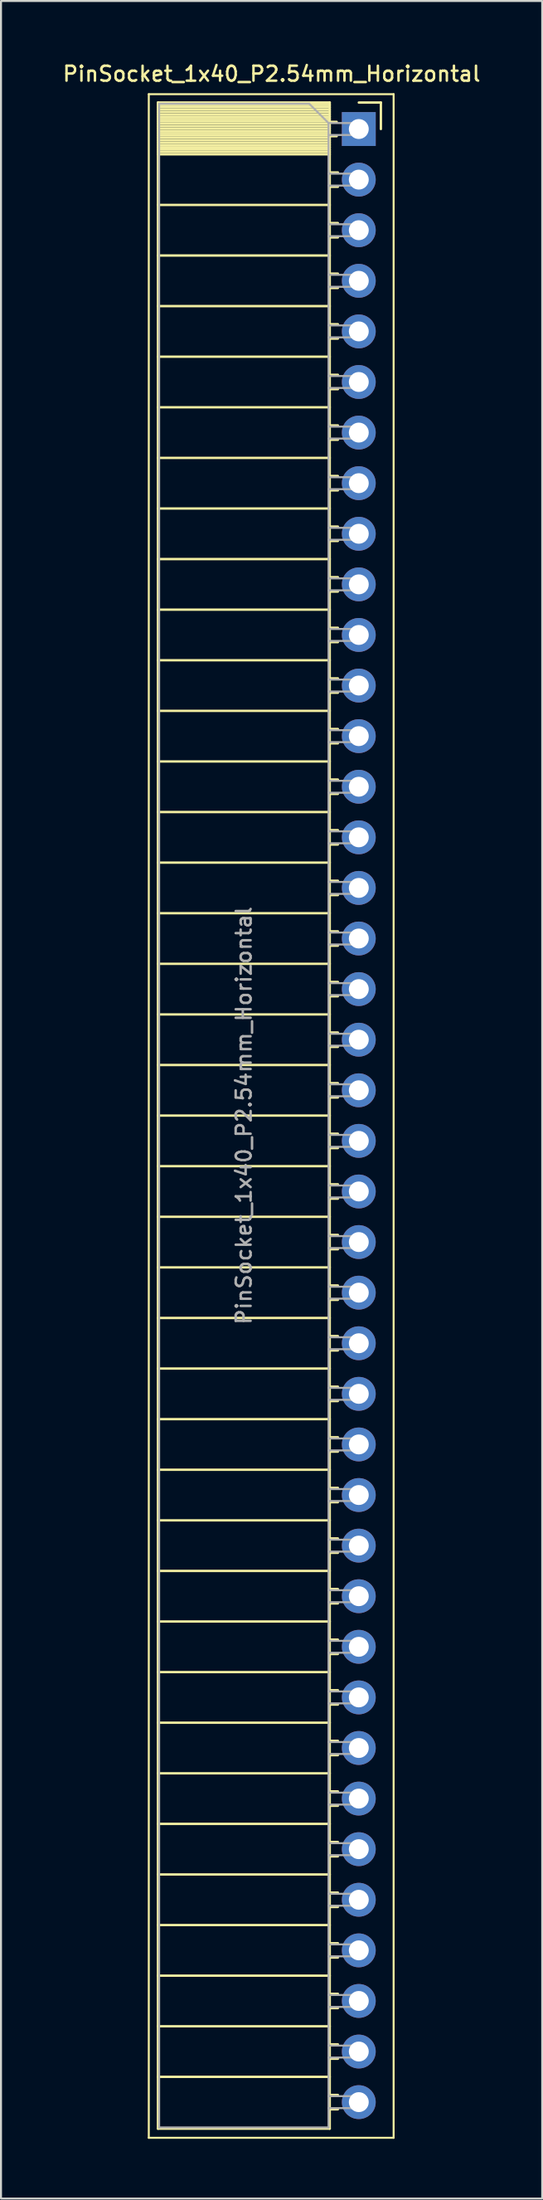
<source format=kicad_pcb>
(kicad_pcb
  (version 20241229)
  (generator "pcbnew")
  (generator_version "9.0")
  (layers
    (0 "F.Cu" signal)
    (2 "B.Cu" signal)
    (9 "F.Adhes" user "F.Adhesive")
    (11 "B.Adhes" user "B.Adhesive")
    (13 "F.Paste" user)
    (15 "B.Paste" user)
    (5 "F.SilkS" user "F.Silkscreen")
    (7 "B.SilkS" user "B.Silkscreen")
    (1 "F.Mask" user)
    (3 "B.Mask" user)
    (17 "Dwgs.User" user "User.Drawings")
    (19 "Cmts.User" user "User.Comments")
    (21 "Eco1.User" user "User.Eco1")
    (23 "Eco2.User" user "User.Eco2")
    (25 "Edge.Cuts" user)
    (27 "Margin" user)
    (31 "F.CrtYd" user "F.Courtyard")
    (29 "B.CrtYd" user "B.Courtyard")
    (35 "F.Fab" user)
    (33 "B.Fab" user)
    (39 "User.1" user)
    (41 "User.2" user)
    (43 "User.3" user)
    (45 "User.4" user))
  (footprint "PinSocket_1x40_P2.54mm_Horizontal"
    (layer "F.Cu")
    (at 14.975 3.428)
    (property "Reference" "PinSocket_1x40_P2.54mm_Horizontal" (at -4.38 -2.77 0) (layer "F.SilkS") (effects (font (size 0.75 0.75) (thickness 0.125))))
    (attr through_hole)
    (fp_line (start -10.55 -1.75) (end -10.55 100.85) (stroke (width 0.1) (type solid)) (layer "F.SilkS"))
    (fp_line (start -10.55 100.85) (end 1.75 100.85) (stroke (width 0.1) (type solid)) (layer "F.SilkS"))
    (fp_line (start -10.09 -1.33) (end -10.09 100.39) (stroke (width 0.12) (type solid)) (layer "F.SilkS"))
    (fp_line (start -10.09 -1.33) (end -1.46 -1.33) (stroke (width 0.12) (type solid)) (layer "F.SilkS"))
    (fp_line (start -10.09 -1.21) (end -1.46 -1.21) (stroke (width 0.12) (type solid)) (layer "F.SilkS"))
    (fp_line (start -10.09 -1.092) (end -1.46 -1.092) (stroke (width 0.12) (type solid)) (layer "F.SilkS"))
    (fp_line (start -10.09 -0.974) (end -1.46 -0.974) (stroke (width 0.12) (type solid)) (layer "F.SilkS"))
    (fp_line (start -10.09 -0.856) (end -1.46 -0.856) (stroke (width 0.12) (type solid)) (layer "F.SilkS"))
    (fp_line (start -10.09 -0.738) (end -1.46 -0.738) (stroke (width 0.12) (type solid)) (layer "F.SilkS"))
    (fp_line (start -10.09 -0.62) (end -1.46 -0.62) (stroke (width 0.12) (type solid)) (layer "F.SilkS"))
    (fp_line (start -10.09 -0.501) (end -1.46 -0.501) (stroke (width 0.12) (type solid)) (layer "F.SilkS"))
    (fp_line (start -10.09 -0.383) (end -1.46 -0.383) (stroke (width 0.12) (type solid)) (layer "F.SilkS"))
    (fp_line (start -10.09 -0.265) (end -1.46 -0.265) (stroke (width 0.12) (type solid)) (layer "F.SilkS"))
    (fp_line (start -10.09 -0.147) (end -1.46 -0.147) (stroke (width 0.12) (type solid)) (layer "F.SilkS"))
    (fp_line (start -10.09 -0.029) (end -1.46 -0.029) (stroke (width 0.12) (type solid)) (layer "F.SilkS"))
    (fp_line (start -10.09 0.089) (end -1.46 0.089) (stroke (width 0.12) (type solid)) (layer "F.SilkS"))
    (fp_line (start -10.09 0.207) (end -1.46 0.207) (stroke (width 0.12) (type solid)) (layer "F.SilkS"))
    (fp_line (start -10.09 0.325) (end -1.46 0.325) (stroke (width 0.12) (type solid)) (layer "F.SilkS"))
    (fp_line (start -10.09 0.443) (end -1.46 0.443) (stroke (width 0.12) (type solid)) (layer "F.SilkS"))
    (fp_line (start -10.09 0.561) (end -1.46 0.561) (stroke (width 0.12) (type solid)) (layer "F.SilkS"))
    (fp_line (start -10.09 0.68) (end -1.46 0.68) (stroke (width 0.12) (type solid)) (layer "F.SilkS"))
    (fp_line (start -10.09 0.798) (end -1.46 0.798) (stroke (width 0.12) (type solid)) (layer "F.SilkS"))
    (fp_line (start -10.09 0.916) (end -1.46 0.916) (stroke (width 0.12) (type solid)) (layer "F.SilkS"))
    (fp_line (start -10.09 1.034) (end -1.46 1.034) (stroke (width 0.12) (type solid)) (layer "F.SilkS"))
    (fp_line (start -10.09 1.152) (end -1.46 1.152) (stroke (width 0.12) (type solid)) (layer "F.SilkS"))
    (fp_line (start -10.09 1.27) (end -1.46 1.27) (stroke (width 0.12) (type solid)) (layer "F.SilkS"))
    (fp_line (start -10.09 3.81) (end -1.46 3.81) (stroke (width 0.12) (type solid)) (layer "F.SilkS"))
    (fp_line (start -10.09 6.35) (end -1.46 6.35) (stroke (width 0.12) (type solid)) (layer "F.SilkS"))
    (fp_line (start -10.09 8.89) (end -1.46 8.89) (stroke (width 0.12) (type solid)) (layer "F.SilkS"))
    (fp_line (start -10.09 11.43) (end -1.46 11.43) (stroke (width 0.12) (type solid)) (layer "F.SilkS"))
    (fp_line (start -10.09 13.97) (end -1.46 13.97) (stroke (width 0.12) (type solid)) (layer "F.SilkS"))
    (fp_line (start -10.09 16.51) (end -1.46 16.51) (stroke (width 0.12) (type solid)) (layer "F.SilkS"))
    (fp_line (start -10.09 19.05) (end -1.46 19.05) (stroke (width 0.12) (type solid)) (layer "F.SilkS"))
    (fp_line (start -10.09 21.59) (end -1.46 21.59) (stroke (width 0.12) (type solid)) (layer "F.SilkS"))
    (fp_line (start -10.09 24.13) (end -1.46 24.13) (stroke (width 0.12) (type solid)) (layer "F.SilkS"))
    (fp_line (start -10.09 26.67) (end -1.46 26.67) (stroke (width 0.12) (type solid)) (layer "F.SilkS"))
    (fp_line (start -10.09 29.21) (end -1.46 29.21) (stroke (width 0.12) (type solid)) (layer "F.SilkS"))
    (fp_line (start -10.09 31.75) (end -1.46 31.75) (stroke (width 0.12) (type solid)) (layer "F.SilkS"))
    (fp_line (start -10.09 34.29) (end -1.46 34.29) (stroke (width 0.12) (type solid)) (layer "F.SilkS"))
    (fp_line (start -10.09 36.83) (end -1.46 36.83) (stroke (width 0.12) (type solid)) (layer "F.SilkS"))
    (fp_line (start -10.09 39.37) (end -1.46 39.37) (stroke (width 0.12) (type solid)) (layer "F.SilkS"))
    (fp_line (start -10.09 41.91) (end -1.46 41.91) (stroke (width 0.12) (type solid)) (layer "F.SilkS"))
    (fp_line (start -10.09 44.45) (end -1.46 44.45) (stroke (width 0.12) (type solid)) (layer "F.SilkS"))
    (fp_line (start -10.09 46.99) (end -1.46 46.99) (stroke (width 0.12) (type solid)) (layer "F.SilkS"))
    (fp_line (start -10.09 49.53) (end -1.46 49.53) (stroke (width 0.12) (type solid)) (layer "F.SilkS"))
    (fp_line (start -10.09 52.07) (end -1.46 52.07) (stroke (width 0.12) (type solid)) (layer "F.SilkS"))
    (fp_line (start -10.09 54.61) (end -1.46 54.61) (stroke (width 0.12) (type solid)) (layer "F.SilkS"))
    (fp_line (start -10.09 57.15) (end -1.46 57.15) (stroke (width 0.12) (type solid)) (layer "F.SilkS"))
    (fp_line (start -10.09 59.69) (end -1.46 59.69) (stroke (width 0.12) (type solid)) (layer "F.SilkS"))
    (fp_line (start -10.09 62.23) (end -1.46 62.23) (stroke (width 0.12) (type solid)) (layer "F.SilkS"))
    (fp_line (start -10.09 64.77) (end -1.46 64.77) (stroke (width 0.12) (type solid)) (layer "F.SilkS"))
    (fp_line (start -10.09 67.31) (end -1.46 67.31) (stroke (width 0.12) (type solid)) (layer "F.SilkS"))
    (fp_line (start -10.09 69.85) (end -1.46 69.85) (stroke (width 0.12) (type solid)) (layer "F.SilkS"))
    (fp_line (start -10.09 72.39) (end -1.46 72.39) (stroke (width 0.12) (type solid)) (layer "F.SilkS"))
    (fp_line (start -10.09 74.93) (end -1.46 74.93) (stroke (width 0.12) (type solid)) (layer "F.SilkS"))
    (fp_line (start -10.09 77.47) (end -1.46 77.47) (stroke (width 0.12) (type solid)) (layer "F.SilkS"))
    (fp_line (start -10.09 80.01) (end -1.46 80.01) (stroke (width 0.12) (type solid)) (layer "F.SilkS"))
    (fp_line (start -10.09 82.55) (end -1.46 82.55) (stroke (width 0.12) (type solid)) (layer "F.SilkS"))
    (fp_line (start -10.09 85.09) (end -1.46 85.09) (stroke (width 0.12) (type solid)) (layer "F.SilkS"))
    (fp_line (start -10.09 87.63) (end -1.46 87.63) (stroke (width 0.12) (type solid)) (layer "F.SilkS"))
    (fp_line (start -10.09 90.17) (end -1.46 90.17) (stroke (width 0.12) (type solid)) (layer "F.SilkS"))
    (fp_line (start -10.09 92.71) (end -1.46 92.71) (stroke (width 0.12) (type solid)) (layer "F.SilkS"))
    (fp_line (start -10.09 95.25) (end -1.46 95.25) (stroke (width 0.12) (type solid)) (layer "F.SilkS"))
    (fp_line (start -10.09 97.79) (end -1.46 97.79) (stroke (width 0.12) (type solid)) (layer "F.SilkS"))
    (fp_line (start -10.09 100.39) (end -1.46 100.39) (stroke (width 0.12) (type solid)) (layer "F.SilkS"))
    (fp_line (start -1.46 -1.33) (end -1.46 100.39) (stroke (width 0.12) (type solid)) (layer "F.SilkS"))
    (fp_line (start -1.46 -0.36) (end -1.11 -0.36) (stroke (width 0.12) (type solid)) (layer "F.SilkS"))
    (fp_line (start -1.46 0.36) (end -1.11 0.36) (stroke (width 0.12) (type solid)) (layer "F.SilkS"))
    (fp_line (start -1.46 2.18) (end -1.05 2.18) (stroke (width 0.12) (type solid)) (layer "F.SilkS"))
    (fp_line (start -1.46 2.9) (end -1.05 2.9) (stroke (width 0.12) (type solid)) (layer "F.SilkS"))
    (fp_line (start -1.46 4.72) (end -1.05 4.72) (stroke (width 0.12) (type solid)) (layer "F.SilkS"))
    (fp_line (start -1.46 5.44) (end -1.05 5.44) (stroke (width 0.12) (type solid)) (layer "F.SilkS"))
    (fp_line (start -1.46 7.26) (end -1.05 7.26) (stroke (width 0.12) (type solid)) (layer "F.SilkS"))
    (fp_line (start -1.46 7.98) (end -1.05 7.98) (stroke (width 0.12) (type solid)) (layer "F.SilkS"))
    (fp_line (start -1.46 9.8) (end -1.05 9.8) (stroke (width 0.12) (type solid)) (layer "F.SilkS"))
    (fp_line (start -1.46 10.52) (end -1.05 10.52) (stroke (width 0.12) (type solid)) (layer "F.SilkS"))
    (fp_line (start -1.46 12.34) (end -1.05 12.34) (stroke (width 0.12) (type solid)) (layer "F.SilkS"))
    (fp_line (start -1.46 13.06) (end -1.05 13.06) (stroke (width 0.12) (type solid)) (layer "F.SilkS"))
    (fp_line (start -1.46 14.88) (end -1.05 14.88) (stroke (width 0.12) (type solid)) (layer "F.SilkS"))
    (fp_line (start -1.46 15.6) (end -1.05 15.6) (stroke (width 0.12) (type solid)) (layer "F.SilkS"))
    (fp_line (start -1.46 17.42) (end -1.05 17.42) (stroke (width 0.12) (type solid)) (layer "F.SilkS"))
    (fp_line (start -1.46 18.14) (end -1.05 18.14) (stroke (width 0.12) (type solid)) (layer "F.SilkS"))
    (fp_line (start -1.46 19.96) (end -1.05 19.96) (stroke (width 0.12) (type solid)) (layer "F.SilkS"))
    (fp_line (start -1.46 20.68) (end -1.05 20.68) (stroke (width 0.12) (type solid)) (layer "F.SilkS"))
    (fp_line (start -1.46 22.5) (end -1.05 22.5) (stroke (width 0.12) (type solid)) (layer "F.SilkS"))
    (fp_line (start -1.46 23.22) (end -1.05 23.22) (stroke (width 0.12) (type solid)) (layer "F.SilkS"))
    (fp_line (start -1.46 25.04) (end -1.05 25.04) (stroke (width 0.12) (type solid)) (layer "F.SilkS"))
    (fp_line (start -1.46 25.76) (end -1.05 25.76) (stroke (width 0.12) (type solid)) (layer "F.SilkS"))
    (fp_line (start -1.46 27.58) (end -1.05 27.58) (stroke (width 0.12) (type solid)) (layer "F.SilkS"))
    (fp_line (start -1.46 28.3) (end -1.05 28.3) (stroke (width 0.12) (type solid)) (layer "F.SilkS"))
    (fp_line (start -1.46 30.12) (end -1.05 30.12) (stroke (width 0.12) (type solid)) (layer "F.SilkS"))
    (fp_line (start -1.46 30.84) (end -1.05 30.84) (stroke (width 0.12) (type solid)) (layer "F.SilkS"))
    (fp_line (start -1.46 32.66) (end -1.05 32.66) (stroke (width 0.12) (type solid)) (layer "F.SilkS"))
    (fp_line (start -1.46 33.38) (end -1.05 33.38) (stroke (width 0.12) (type solid)) (layer "F.SilkS"))
    (fp_line (start -1.46 35.2) (end -1.05 35.2) (stroke (width 0.12) (type solid)) (layer "F.SilkS"))
    (fp_line (start -1.46 35.92) (end -1.05 35.92) (stroke (width 0.12) (type solid)) (layer "F.SilkS"))
    (fp_line (start -1.46 37.74) (end -1.05 37.74) (stroke (width 0.12) (type solid)) (layer "F.SilkS"))
    (fp_line (start -1.46 38.46) (end -1.05 38.46) (stroke (width 0.12) (type solid)) (layer "F.SilkS"))
    (fp_line (start -1.46 40.28) (end -1.05 40.28) (stroke (width 0.12) (type solid)) (layer "F.SilkS"))
    (fp_line (start -1.46 41) (end -1.05 41) (stroke (width 0.12) (type solid)) (layer "F.SilkS"))
    (fp_line (start -1.46 42.82) (end -1.05 42.82) (stroke (width 0.12) (type solid)) (layer "F.SilkS"))
    (fp_line (start -1.46 43.54) (end -1.05 43.54) (stroke (width 0.12) (type solid)) (layer "F.SilkS"))
    (fp_line (start -1.46 45.36) (end -1.05 45.36) (stroke (width 0.12) (type solid)) (layer "F.SilkS"))
    (fp_line (start -1.46 46.08) (end -1.05 46.08) (stroke (width 0.12) (type solid)) (layer "F.SilkS"))
    (fp_line (start -1.46 47.9) (end -1.05 47.9) (stroke (width 0.12) (type solid)) (layer "F.SilkS"))
    (fp_line (start -1.46 48.62) (end -1.05 48.62) (stroke (width 0.12) (type solid)) (layer "F.SilkS"))
    (fp_line (start -1.46 50.44) (end -1.05 50.44) (stroke (width 0.12) (type solid)) (layer "F.SilkS"))
    (fp_line (start -1.46 51.16) (end -1.05 51.16) (stroke (width 0.12) (type solid)) (layer "F.SilkS"))
    (fp_line (start -1.46 52.98) (end -1.05 52.98) (stroke (width 0.12) (type solid)) (layer "F.SilkS"))
    (fp_line (start -1.46 53.7) (end -1.05 53.7) (stroke (width 0.12) (type solid)) (layer "F.SilkS"))
    (fp_line (start -1.46 55.52) (end -1.05 55.52) (stroke (width 0.12) (type solid)) (layer "F.SilkS"))
    (fp_line (start -1.46 56.24) (end -1.05 56.24) (stroke (width 0.12) (type solid)) (layer "F.SilkS"))
    (fp_line (start -1.46 58.06) (end -1.05 58.06) (stroke (width 0.12) (type solid)) (layer "F.SilkS"))
    (fp_line (start -1.46 58.78) (end -1.05 58.78) (stroke (width 0.12) (type solid)) (layer "F.SilkS"))
    (fp_line (start -1.46 60.6) (end -1.05 60.6) (stroke (width 0.12) (type solid)) (layer "F.SilkS"))
    (fp_line (start -1.46 61.32) (end -1.05 61.32) (stroke (width 0.12) (type solid)) (layer "F.SilkS"))
    (fp_line (start -1.46 63.14) (end -1.05 63.14) (stroke (width 0.12) (type solid)) (layer "F.SilkS"))
    (fp_line (start -1.46 63.86) (end -1.05 63.86) (stroke (width 0.12) (type solid)) (layer "F.SilkS"))
    (fp_line (start -1.46 65.68) (end -1.05 65.68) (stroke (width 0.12) (type solid)) (layer "F.SilkS"))
    (fp_line (start -1.46 66.4) (end -1.05 66.4) (stroke (width 0.12) (type solid)) (layer "F.SilkS"))
    (fp_line (start -1.46 68.22) (end -1.05 68.22) (stroke (width 0.12) (type solid)) (layer "F.SilkS"))
    (fp_line (start -1.46 68.94) (end -1.05 68.94) (stroke (width 0.12) (type solid)) (layer "F.SilkS"))
    (fp_line (start -1.46 70.76) (end -1.05 70.76) (stroke (width 0.12) (type solid)) (layer "F.SilkS"))
    (fp_line (start -1.46 71.48) (end -1.05 71.48) (stroke (width 0.12) (type solid)) (layer "F.SilkS"))
    (fp_line (start -1.46 73.3) (end -1.05 73.3) (stroke (width 0.12) (type solid)) (layer "F.SilkS"))
    (fp_line (start -1.46 74.02) (end -1.05 74.02) (stroke (width 0.12) (type solid)) (layer "F.SilkS"))
    (fp_line (start -1.46 75.84) (end -1.05 75.84) (stroke (width 0.12) (type solid)) (layer "F.SilkS"))
    (fp_line (start -1.46 76.56) (end -1.05 76.56) (stroke (width 0.12) (type solid)) (layer "F.SilkS"))
    (fp_line (start -1.46 78.38) (end -1.05 78.38) (stroke (width 0.12) (type solid)) (layer "F.SilkS"))
    (fp_line (start -1.46 79.1) (end -1.05 79.1) (stroke (width 0.12) (type solid)) (layer "F.SilkS"))
    (fp_line (start -1.46 80.92) (end -1.05 80.92) (stroke (width 0.12) (type solid)) (layer "F.SilkS"))
    (fp_line (start -1.46 81.64) (end -1.05 81.64) (stroke (width 0.12) (type solid)) (layer "F.SilkS"))
    (fp_line (start -1.46 83.46) (end -1.05 83.46) (stroke (width 0.12) (type solid)) (layer "F.SilkS"))
    (fp_line (start -1.46 84.18) (end -1.05 84.18) (stroke (width 0.12) (type solid)) (layer "F.SilkS"))
    (fp_line (start -1.46 86) (end -1.05 86) (stroke (width 0.12) (type solid)) (layer "F.SilkS"))
    (fp_line (start -1.46 86.72) (end -1.05 86.72) (stroke (width 0.12) (type solid)) (layer "F.SilkS"))
    (fp_line (start -1.46 88.54) (end -1.05 88.54) (stroke (width 0.12) (type solid)) (layer "F.SilkS"))
    (fp_line (start -1.46 89.26) (end -1.05 89.26) (stroke (width 0.12) (type solid)) (layer "F.SilkS"))
    (fp_line (start -1.46 91.08) (end -1.05 91.08) (stroke (width 0.12) (type solid)) (layer "F.SilkS"))
    (fp_line (start -1.46 91.8) (end -1.05 91.8) (stroke (width 0.12) (type solid)) (layer "F.SilkS"))
    (fp_line (start -1.46 93.62) (end -1.05 93.62) (stroke (width 0.12) (type solid)) (layer "F.SilkS"))
    (fp_line (start -1.46 94.34) (end -1.05 94.34) (stroke (width 0.12) (type solid)) (layer "F.SilkS"))
    (fp_line (start -1.46 96.16) (end -1.05 96.16) (stroke (width 0.12) (type solid)) (layer "F.SilkS"))
    (fp_line (start -1.46 96.88) (end -1.05 96.88) (stroke (width 0.12) (type solid)) (layer "F.SilkS"))
    (fp_line (start -1.46 98.7) (end -1.05 98.7) (stroke (width 0.12) (type solid)) (layer "F.SilkS"))
    (fp_line (start -1.46 99.42) (end -1.05 99.42) (stroke (width 0.12) (type solid)) (layer "F.SilkS"))
    (fp_line (start 0 -1.33) (end 1.11 -1.33) (stroke (width 0.12) (type solid)) (layer "F.SilkS"))
    (fp_line (start 1.11 -1.33) (end 1.11 0) (stroke (width 0.12) (type solid)) (layer "F.SilkS"))
    (fp_line (start 1.75 -1.75) (end -10.55 -1.75) (stroke (width 0.1) (type solid)) (layer "F.SilkS"))
    (fp_line (start 1.75 100.85) (end 1.75 -1.75) (stroke (width 0.1) (type solid)) (layer "F.SilkS"))
    (fp_line (start -10.03 -1.27) (end -2.49 -1.27) (stroke (width 0.1) (type solid)) (layer "F.Fab"))
    (fp_line (start -10.03 100.33) (end -10.03 -1.27) (stroke (width 0.1) (type solid)) (layer "F.Fab"))
    (fp_line (start -2.49 -1.27) (end -1.52 -0.3) (stroke (width 0.1) (type solid)) (layer "F.Fab"))
    (fp_line (start -1.52 -0.3) (end -1.52 100.33) (stroke (width 0.1) (type solid)) (layer "F.Fab"))
    (fp_line (start -1.52 0.3) (end 0 0.3) (stroke (width 0.1) (type solid)) (layer "F.Fab"))
    (fp_line (start -1.52 2.84) (end 0 2.84) (stroke (width 0.1) (type solid)) (layer "F.Fab"))
    (fp_line (start -1.52 5.38) (end 0 5.38) (stroke (width 0.1) (type solid)) (layer "F.Fab"))
    (fp_line (start -1.52 7.92) (end 0 7.92) (stroke (width 0.1) (type solid)) (layer "F.Fab"))
    (fp_line (start -1.52 10.46) (end 0 10.46) (stroke (width 0.1) (type solid)) (layer "F.Fab"))
    (fp_line (start -1.52 13) (end 0 13) (stroke (width 0.1) (type solid)) (layer "F.Fab"))
    (fp_line (start -1.52 15.54) (end 0 15.54) (stroke (width 0.1) (type solid)) (layer "F.Fab"))
    (fp_line (start -1.52 18.08) (end 0 18.08) (stroke (width 0.1) (type solid)) (layer "F.Fab"))
    (fp_line (start -1.52 20.62) (end 0 20.62) (stroke (width 0.1) (type solid)) (layer "F.Fab"))
    (fp_line (start -1.52 23.16) (end 0 23.16) (stroke (width 0.1) (type solid)) (layer "F.Fab"))
    (fp_line (start -1.52 25.7) (end 0 25.7) (stroke (width 0.1) (type solid)) (layer "F.Fab"))
    (fp_line (start -1.52 28.24) (end 0 28.24) (stroke (width 0.1) (type solid)) (layer "F.Fab"))
    (fp_line (start -1.52 30.78) (end 0 30.78) (stroke (width 0.1) (type solid)) (layer "F.Fab"))
    (fp_line (start -1.52 33.32) (end 0 33.32) (stroke (width 0.1) (type solid)) (layer "F.Fab"))
    (fp_line (start -1.52 35.86) (end 0 35.86) (stroke (width 0.1) (type solid)) (layer "F.Fab"))
    (fp_line (start -1.52 38.4) (end 0 38.4) (stroke (width 0.1) (type solid)) (layer "F.Fab"))
    (fp_line (start -1.52 40.94) (end 0 40.94) (stroke (width 0.1) (type solid)) (layer "F.Fab"))
    (fp_line (start -1.52 43.48) (end 0 43.48) (stroke (width 0.1) (type solid)) (layer "F.Fab"))
    (fp_line (start -1.52 46.02) (end 0 46.02) (stroke (width 0.1) (type solid)) (layer "F.Fab"))
    (fp_line (start -1.52 48.56) (end 0 48.56) (stroke (width 0.1) (type solid)) (layer "F.Fab"))
    (fp_line (start -1.52 51.1) (end 0 51.1) (stroke (width 0.1) (type solid)) (layer "F.Fab"))
    (fp_line (start -1.52 53.64) (end 0 53.64) (stroke (width 0.1) (type solid)) (layer "F.Fab"))
    (fp_line (start -1.52 56.18) (end 0 56.18) (stroke (width 0.1) (type solid)) (layer "F.Fab"))
    (fp_line (start -1.52 58.72) (end 0 58.72) (stroke (width 0.1) (type solid)) (layer "F.Fab"))
    (fp_line (start -1.52 61.26) (end 0 61.26) (stroke (width 0.1) (type solid)) (layer "F.Fab"))
    (fp_line (start -1.52 63.8) (end 0 63.8) (stroke (width 0.1) (type solid)) (layer "F.Fab"))
    (fp_line (start -1.52 66.34) (end 0 66.34) (stroke (width 0.1) (type solid)) (layer "F.Fab"))
    (fp_line (start -1.52 68.88) (end 0 68.88) (stroke (width 0.1) (type solid)) (layer "F.Fab"))
    (fp_line (start -1.52 71.42) (end 0 71.42) (stroke (width 0.1) (type solid)) (layer "F.Fab"))
    (fp_line (start -1.52 73.96) (end 0 73.96) (stroke (width 0.1) (type solid)) (layer "F.Fab"))
    (fp_line (start -1.52 76.5) (end 0 76.5) (stroke (width 0.1) (type solid)) (layer "F.Fab"))
    (fp_line (start -1.52 79.04) (end 0 79.04) (stroke (width 0.1) (type solid)) (layer "F.Fab"))
    (fp_line (start -1.52 81.58) (end 0 81.58) (stroke (width 0.1) (type solid)) (layer "F.Fab"))
    (fp_line (start -1.52 84.12) (end 0 84.12) (stroke (width 0.1) (type solid)) (layer "F.Fab"))
    (fp_line (start -1.52 86.66) (end 0 86.66) (stroke (width 0.1) (type solid)) (layer "F.Fab"))
    (fp_line (start -1.52 89.2) (end 0 89.2) (stroke (width 0.1) (type solid)) (layer "F.Fab"))
    (fp_line (start -1.52 91.74) (end 0 91.74) (stroke (width 0.1) (type solid)) (layer "F.Fab"))
    (fp_line (start -1.52 94.28) (end 0 94.28) (stroke (width 0.1) (type solid)) (layer "F.Fab"))
    (fp_line (start -1.52 96.82) (end 0 96.82) (stroke (width 0.1) (type solid)) (layer "F.Fab"))
    (fp_line (start -1.52 99.36) (end 0 99.36) (stroke (width 0.1) (type solid)) (layer "F.Fab"))
    (fp_line (start -1.52 100.33) (end -10.03 100.33) (stroke (width 0.1) (type solid)) (layer "F.Fab"))
    (fp_line (start 0 -0.3) (end -1.52 -0.3) (stroke (width 0.1) (type solid)) (layer "F.Fab"))
    (fp_line (start 0 0.3) (end 0 -0.3) (stroke (width 0.1) (type solid)) (layer "F.Fab"))
    (fp_line (start 0 2.24) (end -1.52 2.24) (stroke (width 0.1) (type solid)) (layer "F.Fab"))
    (fp_line (start 0 2.84) (end 0 2.24) (stroke (width 0.1) (type solid)) (layer "F.Fab"))
    (fp_line (start 0 4.78) (end -1.52 4.78) (stroke (width 0.1) (type solid)) (layer "F.Fab"))
    (fp_line (start 0 5.38) (end 0 4.78) (stroke (width 0.1) (type solid)) (layer "F.Fab"))
    (fp_line (start 0 7.32) (end -1.52 7.32) (stroke (width 0.1) (type solid)) (layer "F.Fab"))
    (fp_line (start 0 7.92) (end 0 7.32) (stroke (width 0.1) (type solid)) (layer "F.Fab"))
    (fp_line (start 0 9.86) (end -1.52 9.86) (stroke (width 0.1) (type solid)) (layer "F.Fab"))
    (fp_line (start 0 10.46) (end 0 9.86) (stroke (width 0.1) (type solid)) (layer "F.Fab"))
    (fp_line (start 0 12.4) (end -1.52 12.4) (stroke (width 0.1) (type solid)) (layer "F.Fab"))
    (fp_line (start 0 13) (end 0 12.4) (stroke (width 0.1) (type solid)) (layer "F.Fab"))
    (fp_line (start 0 14.94) (end -1.52 14.94) (stroke (width 0.1) (type solid)) (layer "F.Fab"))
    (fp_line (start 0 15.54) (end 0 14.94) (stroke (width 0.1) (type solid)) (layer "F.Fab"))
    (fp_line (start 0 17.48) (end -1.52 17.48) (stroke (width 0.1) (type solid)) (layer "F.Fab"))
    (fp_line (start 0 18.08) (end 0 17.48) (stroke (width 0.1) (type solid)) (layer "F.Fab"))
    (fp_line (start 0 20.02) (end -1.52 20.02) (stroke (width 0.1) (type solid)) (layer "F.Fab"))
    (fp_line (start 0 20.62) (end 0 20.02) (stroke (width 0.1) (type solid)) (layer "F.Fab"))
    (fp_line (start 0 22.56) (end -1.52 22.56) (stroke (width 0.1) (type solid)) (layer "F.Fab"))
    (fp_line (start 0 23.16) (end 0 22.56) (stroke (width 0.1) (type solid)) (layer "F.Fab"))
    (fp_line (start 0 25.1) (end -1.52 25.1) (stroke (width 0.1) (type solid)) (layer "F.Fab"))
    (fp_line (start 0 25.7) (end 0 25.1) (stroke (width 0.1) (type solid)) (layer "F.Fab"))
    (fp_line (start 0 27.64) (end -1.52 27.64) (stroke (width 0.1) (type solid)) (layer "F.Fab"))
    (fp_line (start 0 28.24) (end 0 27.64) (stroke (width 0.1) (type solid)) (layer "F.Fab"))
    (fp_line (start 0 30.18) (end -1.52 30.18) (stroke (width 0.1) (type solid)) (layer "F.Fab"))
    (fp_line (start 0 30.78) (end 0 30.18) (stroke (width 0.1) (type solid)) (layer "F.Fab"))
    (fp_line (start 0 32.72) (end -1.52 32.72) (stroke (width 0.1) (type solid)) (layer "F.Fab"))
    (fp_line (start 0 33.32) (end 0 32.72) (stroke (width 0.1) (type solid)) (layer "F.Fab"))
    (fp_line (start 0 35.26) (end -1.52 35.26) (stroke (width 0.1) (type solid)) (layer "F.Fab"))
    (fp_line (start 0 35.86) (end 0 35.26) (stroke (width 0.1) (type solid)) (layer "F.Fab"))
    (fp_line (start 0 37.8) (end -1.52 37.8) (stroke (width 0.1) (type solid)) (layer "F.Fab"))
    (fp_line (start 0 38.4) (end 0 37.8) (stroke (width 0.1) (type solid)) (layer "F.Fab"))
    (fp_line (start 0 40.34) (end -1.52 40.34) (stroke (width 0.1) (type solid)) (layer "F.Fab"))
    (fp_line (start 0 40.94) (end 0 40.34) (stroke (width 0.1) (type solid)) (layer "F.Fab"))
    (fp_line (start 0 42.88) (end -1.52 42.88) (stroke (width 0.1) (type solid)) (layer "F.Fab"))
    (fp_line (start 0 43.48) (end 0 42.88) (stroke (width 0.1) (type solid)) (layer "F.Fab"))
    (fp_line (start 0 45.42) (end -1.52 45.42) (stroke (width 0.1) (type solid)) (layer "F.Fab"))
    (fp_line (start 0 46.02) (end 0 45.42) (stroke (width 0.1) (type solid)) (layer "F.Fab"))
    (fp_line (start 0 47.96) (end -1.52 47.96) (stroke (width 0.1) (type solid)) (layer "F.Fab"))
    (fp_line (start 0 48.56) (end 0 47.96) (stroke (width 0.1) (type solid)) (layer "F.Fab"))
    (fp_line (start 0 50.5) (end -1.52 50.5) (stroke (width 0.1) (type solid)) (layer "F.Fab"))
    (fp_line (start 0 51.1) (end 0 50.5) (stroke (width 0.1) (type solid)) (layer "F.Fab"))
    (fp_line (start 0 53.04) (end -1.52 53.04) (stroke (width 0.1) (type solid)) (layer "F.Fab"))
    (fp_line (start 0 53.64) (end 0 53.04) (stroke (width 0.1) (type solid)) (layer "F.Fab"))
    (fp_line (start 0 55.58) (end -1.52 55.58) (stroke (width 0.1) (type solid)) (layer "F.Fab"))
    (fp_line (start 0 56.18) (end 0 55.58) (stroke (width 0.1) (type solid)) (layer "F.Fab"))
    (fp_line (start 0 58.12) (end -1.52 58.12) (stroke (width 0.1) (type solid)) (layer "F.Fab"))
    (fp_line (start 0 58.72) (end 0 58.12) (stroke (width 0.1) (type solid)) (layer "F.Fab"))
    (fp_line (start 0 60.66) (end -1.52 60.66) (stroke (width 0.1) (type solid)) (layer "F.Fab"))
    (fp_line (start 0 61.26) (end 0 60.66) (stroke (width 0.1) (type solid)) (layer "F.Fab"))
    (fp_line (start 0 63.2) (end -1.52 63.2) (stroke (width 0.1) (type solid)) (layer "F.Fab"))
    (fp_line (start 0 63.8) (end 0 63.2) (stroke (width 0.1) (type solid)) (layer "F.Fab"))
    (fp_line (start 0 65.74) (end -1.52 65.74) (stroke (width 0.1) (type solid)) (layer "F.Fab"))
    (fp_line (start 0 66.34) (end 0 65.74) (stroke (width 0.1) (type solid)) (layer "F.Fab"))
    (fp_line (start 0 68.28) (end -1.52 68.28) (stroke (width 0.1) (type solid)) (layer "F.Fab"))
    (fp_line (start 0 68.88) (end 0 68.28) (stroke (width 0.1) (type solid)) (layer "F.Fab"))
    (fp_line (start 0 70.82) (end -1.52 70.82) (stroke (width 0.1) (type solid)) (layer "F.Fab"))
    (fp_line (start 0 71.42) (end 0 70.82) (stroke (width 0.1) (type solid)) (layer "F.Fab"))
    (fp_line (start 0 73.36) (end -1.52 73.36) (stroke (width 0.1) (type solid)) (layer "F.Fab"))
    (fp_line (start 0 73.96) (end 0 73.36) (stroke (width 0.1) (type solid)) (layer "F.Fab"))
    (fp_line (start 0 75.9) (end -1.52 75.9) (stroke (width 0.1) (type solid)) (layer "F.Fab"))
    (fp_line (start 0 76.5) (end 0 75.9) (stroke (width 0.1) (type solid)) (layer "F.Fab"))
    (fp_line (start 0 78.44) (end -1.52 78.44) (stroke (width 0.1) (type solid)) (layer "F.Fab"))
    (fp_line (start 0 79.04) (end 0 78.44) (stroke (width 0.1) (type solid)) (layer "F.Fab"))
    (fp_line (start 0 80.98) (end -1.52 80.98) (stroke (width 0.1) (type solid)) (layer "F.Fab"))
    (fp_line (start 0 81.58) (end 0 80.98) (stroke (width 0.1) (type solid)) (layer "F.Fab"))
    (fp_line (start 0 83.52) (end -1.52 83.52) (stroke (width 0.1) (type solid)) (layer "F.Fab"))
    (fp_line (start 0 84.12) (end 0 83.52) (stroke (width 0.1) (type solid)) (layer "F.Fab"))
    (fp_line (start 0 86.06) (end -1.52 86.06) (stroke (width 0.1) (type solid)) (layer "F.Fab"))
    (fp_line (start 0 86.66) (end 0 86.06) (stroke (width 0.1) (type solid)) (layer "F.Fab"))
    (fp_line (start 0 88.6) (end -1.52 88.6) (stroke (width 0.1) (type solid)) (layer "F.Fab"))
    (fp_line (start 0 89.2) (end 0 88.6) (stroke (width 0.1) (type solid)) (layer "F.Fab"))
    (fp_line (start 0 91.14) (end -1.52 91.14) (stroke (width 0.1) (type solid)) (layer "F.Fab"))
    (fp_line (start 0 91.74) (end 0 91.14) (stroke (width 0.1) (type solid)) (layer "F.Fab"))
    (fp_line (start 0 93.68) (end -1.52 93.68) (stroke (width 0.1) (type solid)) (layer "F.Fab"))
    (fp_line (start 0 94.28) (end 0 93.68) (stroke (width 0.1) (type solid)) (layer "F.Fab"))
    (fp_line (start 0 96.22) (end -1.52 96.22) (stroke (width 0.1) (type solid)) (layer "F.Fab"))
    (fp_line (start 0 96.82) (end 0 96.22) (stroke (width 0.1) (type solid)) (layer "F.Fab"))
    (fp_line (start 0 98.76) (end -1.52 98.76) (stroke (width 0.1) (type solid)) (layer "F.Fab"))
    (fp_line (start 0 99.36) (end 0 98.76) (stroke (width 0.1) (type solid)) (layer "F.Fab"))
    (fp_text user "${REFERENCE}" (at -5.775 49.53 90) (layer "F.Fab") (effects (font (size 0.75 0.75) (thickness 0.125))))
    (pad "1" thru_hole rect (at 0 0) (size 1.7 1.7) (drill 1) (layers "*.Cu" "*.Mask"))
    (pad "2" thru_hole oval (at 0 2.54) (size 1.7 1.7) (drill 1) (layers "*.Cu" "*.Mask"))
    (pad "3" thru_hole oval (at 0 5.08) (size 1.7 1.7) (drill 1) (layers "*.Cu" "*.Mask"))
    (pad "4" thru_hole oval (at 0 7.62) (size 1.7 1.7) (drill 1) (layers "*.Cu" "*.Mask"))
    (pad "5" thru_hole oval (at 0 10.16) (size 1.7 1.7) (drill 1) (layers "*.Cu" "*.Mask"))
    (pad "6" thru_hole oval (at 0 12.7) (size 1.7 1.7) (drill 1) (layers "*.Cu" "*.Mask"))
    (pad "7" thru_hole oval (at 0 15.24) (size 1.7 1.7) (drill 1) (layers "*.Cu" "*.Mask"))
    (pad "8" thru_hole oval (at 0 17.78) (size 1.7 1.7) (drill 1) (layers "*.Cu" "*.Mask"))
    (pad "9" thru_hole oval (at 0 20.32) (size 1.7 1.7) (drill 1) (layers "*.Cu" "*.Mask"))
    (pad "10" thru_hole oval (at 0 22.86) (size 1.7 1.7) (drill 1) (layers "*.Cu" "*.Mask"))
    (pad "11" thru_hole oval (at 0 25.4) (size 1.7 1.7) (drill 1) (layers "*.Cu" "*.Mask"))
    (pad "12" thru_hole oval (at 0 27.94) (size 1.7 1.7) (drill 1) (layers "*.Cu" "*.Mask"))
    (pad "13" thru_hole oval (at 0 30.48) (size 1.7 1.7) (drill 1) (layers "*.Cu" "*.Mask"))
    (pad "14" thru_hole oval (at 0 33.02) (size 1.7 1.7) (drill 1) (layers "*.Cu" "*.Mask"))
    (pad "15" thru_hole oval (at 0 35.56) (size 1.7 1.7) (drill 1) (layers "*.Cu" "*.Mask"))
    (pad "16" thru_hole oval (at 0 38.1) (size 1.7 1.7) (drill 1) (layers "*.Cu" "*.Mask"))
    (pad "17" thru_hole oval (at 0 40.64) (size 1.7 1.7) (drill 1) (layers "*.Cu" "*.Mask"))
    (pad "18" thru_hole oval (at 0 43.18) (size 1.7 1.7) (drill 1) (layers "*.Cu" "*.Mask"))
    (pad "19" thru_hole oval (at 0 45.72) (size 1.7 1.7) (drill 1) (layers "*.Cu" "*.Mask"))
    (pad "20" thru_hole oval (at 0 48.26) (size 1.7 1.7) (drill 1) (layers "*.Cu" "*.Mask"))
    (pad "21" thru_hole oval (at 0 50.8) (size 1.7 1.7) (drill 1) (layers "*.Cu" "*.Mask"))
    (pad "22" thru_hole oval (at 0 53.34) (size 1.7 1.7) (drill 1) (layers "*.Cu" "*.Mask"))
    (pad "23" thru_hole oval (at 0 55.88) (size 1.7 1.7) (drill 1) (layers "*.Cu" "*.Mask"))
    (pad "24" thru_hole oval (at 0 58.42) (size 1.7 1.7) (drill 1) (layers "*.Cu" "*.Mask"))
    (pad "25" thru_hole oval (at 0 60.96) (size 1.7 1.7) (drill 1) (layers "*.Cu" "*.Mask"))
    (pad "26" thru_hole oval (at 0 63.5) (size 1.7 1.7) (drill 1) (layers "*.Cu" "*.Mask"))
    (pad "27" thru_hole oval (at 0 66.04) (size 1.7 1.7) (drill 1) (layers "*.Cu" "*.Mask"))
    (pad "28" thru_hole oval (at 0 68.58) (size 1.7 1.7) (drill 1) (layers "*.Cu" "*.Mask"))
    (pad "29" thru_hole oval (at 0 71.12) (size 1.7 1.7) (drill 1) (layers "*.Cu" "*.Mask"))
    (pad "30" thru_hole oval (at 0 73.66) (size 1.7 1.7) (drill 1) (layers "*.Cu" "*.Mask"))
    (pad "31" thru_hole oval (at 0 76.2) (size 1.7 1.7) (drill 1) (layers "*.Cu" "*.Mask"))
    (pad "32" thru_hole oval (at 0 78.74) (size 1.7 1.7) (drill 1) (layers "*.Cu" "*.Mask"))
    (pad "33" thru_hole oval (at 0 81.28) (size 1.7 1.7) (drill 1) (layers "*.Cu" "*.Mask"))
    (pad "34" thru_hole oval (at 0 83.82) (size 1.7 1.7) (drill 1) (layers "*.Cu" "*.Mask"))
    (pad "35" thru_hole oval (at 0 86.36) (size 1.7 1.7) (drill 1) (layers "*.Cu" "*.Mask"))
    (pad "36" thru_hole oval (at 0 88.9) (size 1.7 1.7) (drill 1) (layers "*.Cu" "*.Mask"))
    (pad "37" thru_hole oval (at 0 91.44) (size 1.7 1.7) (drill 1) (layers "*.Cu" "*.Mask"))
    (pad "38" thru_hole oval (at 0 93.98) (size 1.7 1.7) (drill 1) (layers "*.Cu" "*.Mask"))
    (pad "39" thru_hole oval (at 0 96.52) (size 1.7 1.7) (drill 1) (layers "*.Cu" "*.Mask"))
    (pad "40" thru_hole oval (at 0 99.06) (size 1.7 1.7) (drill 1) (layers "*.Cu" "*.Mask")))
  (gr_rect
    (start -3 -3)
    (end 24.189 107.328)
    (stroke (width 0.1) (type default))
    (fill no)
    (layer "Edge.Cuts")))
</source>
